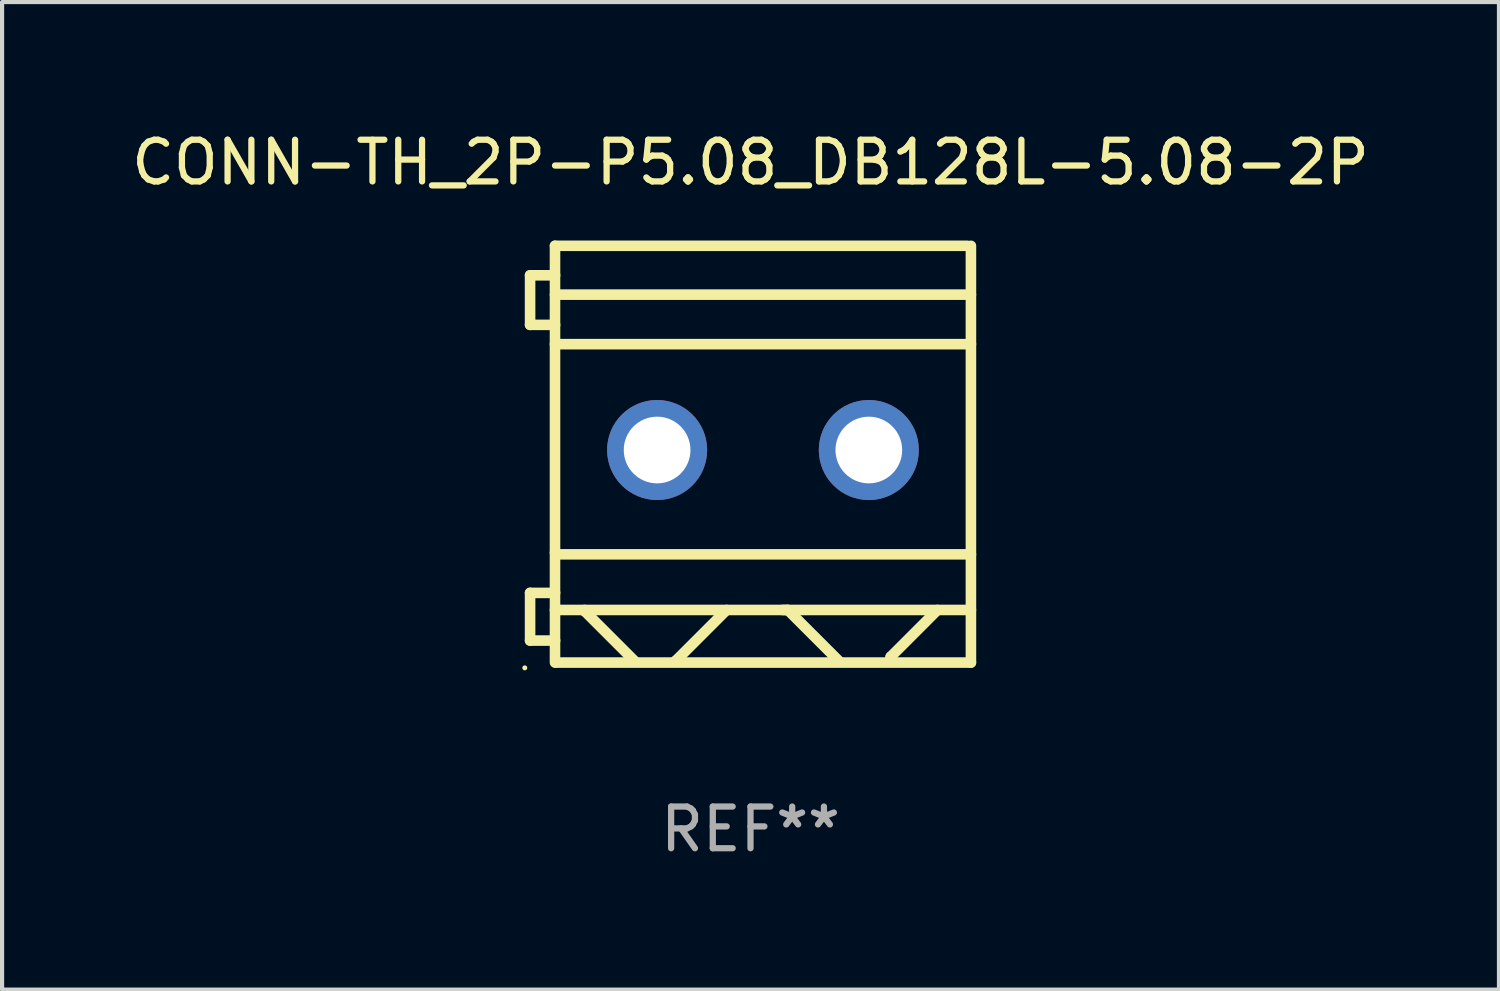
<source format=kicad_pcb>
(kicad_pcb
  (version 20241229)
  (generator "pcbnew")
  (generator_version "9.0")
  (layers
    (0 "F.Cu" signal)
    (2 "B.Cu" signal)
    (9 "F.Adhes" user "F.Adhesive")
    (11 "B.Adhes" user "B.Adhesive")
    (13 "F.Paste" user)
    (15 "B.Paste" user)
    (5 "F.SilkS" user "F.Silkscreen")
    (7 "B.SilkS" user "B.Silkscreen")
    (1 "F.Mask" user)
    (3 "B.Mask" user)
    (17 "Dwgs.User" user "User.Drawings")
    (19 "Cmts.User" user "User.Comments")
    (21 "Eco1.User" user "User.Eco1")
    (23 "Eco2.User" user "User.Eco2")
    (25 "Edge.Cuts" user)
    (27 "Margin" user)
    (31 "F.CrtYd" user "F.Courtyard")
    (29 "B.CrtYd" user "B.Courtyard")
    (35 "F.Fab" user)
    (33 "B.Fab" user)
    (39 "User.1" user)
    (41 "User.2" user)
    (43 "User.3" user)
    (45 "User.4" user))
  (footprint "CONN-TH_2P-P5.08_DB128L-5.08-2P"
    (layer "F.Cu")
    (at 14.958 7.848)
    (property "Reference" "CONN-TH_2P-P5.08_DB128L-5.08-2P" (at 0 -7 0) (layer "F.SilkS") (effects (font (size 1 1) (thickness 0.15))))
    (attr through_hole)
    (fp_line (start -5.289 -4.292) (end -4.689 -4.292) (stroke (width 0.254) (type solid)) (layer "F.SilkS"))
    (fp_line (start -5.289 -3.103) (end -5.289 -4.292) (stroke (width 0.254) (type solid)) (layer "F.SilkS"))
    (fp_line (start -5.289 3.328) (end -4.689 3.328) (stroke (width 0.254) (type solid)) (layer "F.SilkS"))
    (fp_line (start -5.289 4.472) (end -5.289 3.328) (stroke (width 0.254) (type solid)) (layer "F.SilkS"))
    (fp_line (start -4.691 -5) (end -4.691 5) (stroke (width 0.254) (type solid)) (layer "F.SilkS"))
    (fp_line (start -4.691 -5) (end 5.199 -5) (stroke (width 0.254) (type solid)) (layer "F.SilkS"))
    (fp_line (start -4.691 -3.829) (end 5.289 -3.829) (stroke (width 0.254) (type solid)) (layer "F.SilkS"))
    (fp_line (start -4.691 -2.64) (end 5.289 -2.64) (stroke (width 0.254) (type solid)) (layer "F.SilkS"))
    (fp_line (start -4.691 2.369) (end -4.657 2.403) (stroke (width 0.254) (type solid)) (layer "F.SilkS"))
    (fp_line (start -4.691 3.738) (end 5.289 3.738) (stroke (width 0.254) (type solid)) (layer "F.SilkS"))
    (fp_line (start -4.689 -3.103) (end -5.289 -3.103) (stroke (width 0.254) (type solid)) (layer "F.SilkS"))
    (fp_line (start -4.689 4.472) (end -5.289 4.472) (stroke (width 0.254) (type solid)) (layer "F.SilkS"))
    (fp_line (start -4.661 5) (end 5.289 5) (stroke (width 0.254) (type solid)) (layer "F.SilkS"))
    (fp_line (start -4.657 2.403) (end 5.289 2.403) (stroke (width 0.254) (type solid)) (layer "F.SilkS"))
    (fp_line (start -3.978 3.766) (end -3.978 3.738) (stroke (width 0.254) (type solid)) (layer "F.SilkS"))
    (fp_line (start -2.784 4.96) (end -3.978 3.766) (stroke (width 0.254) (type solid)) (layer "F.SilkS"))
    (fp_line (start -1.793 4.957) (end -1.793 4.96) (stroke (width 0.254) (type solid)) (layer "F.SilkS"))
    (fp_line (start -0.574 3.738) (end -1.793 4.957) (stroke (width 0.254) (type solid)) (layer "F.SilkS"))
    (fp_line (start 0.896 3.738) (end 0.772 3.738) (stroke (width 0.254) (type solid)) (layer "F.SilkS"))
    (fp_line (start 2.118 4.96) (end 0.896 3.738) (stroke (width 0.254) (type solid)) (layer "F.SilkS"))
    (fp_line (start 3.363 4.862) (end 3.363 4.96) (stroke (width 0.254) (type solid)) (layer "F.SilkS"))
    (fp_line (start 4.486 3.738) (end 3.363 4.862) (stroke (width 0.254) (type solid)) (layer "F.SilkS"))
    (fp_line (start 5.289 -5) (end 5.289 5) (stroke (width 0.254) (type solid)) (layer "F.SilkS"))
    (fp_circle (center -5.416 5.127) (end -5.386 5.127) (stroke (width 0.06) (type solid)) (fill no) (layer "F.SilkS"))
    (fp_text user "REF**" (at 0 9 0) (layer "F.Fab") (effects (font (size 1 1) (thickness 0.15))))
    (pad "1" thru_hole circle (at -2.241 -0.1) (size 2.4 2.4) (drill 1.6) (layers "*.Cu" "*.Mask"))
    (pad "2" thru_hole circle (at 2.839 -0.1) (size 2.4 2.4) (drill 1.6) (layers "*.Cu" "*.Mask")))
  (gr_rect
    (start -3 -3)
    (end 32.917 20.696)
    (stroke (width 0.1) (type default))
    (fill no)
    (layer "Edge.Cuts")))
</source>
